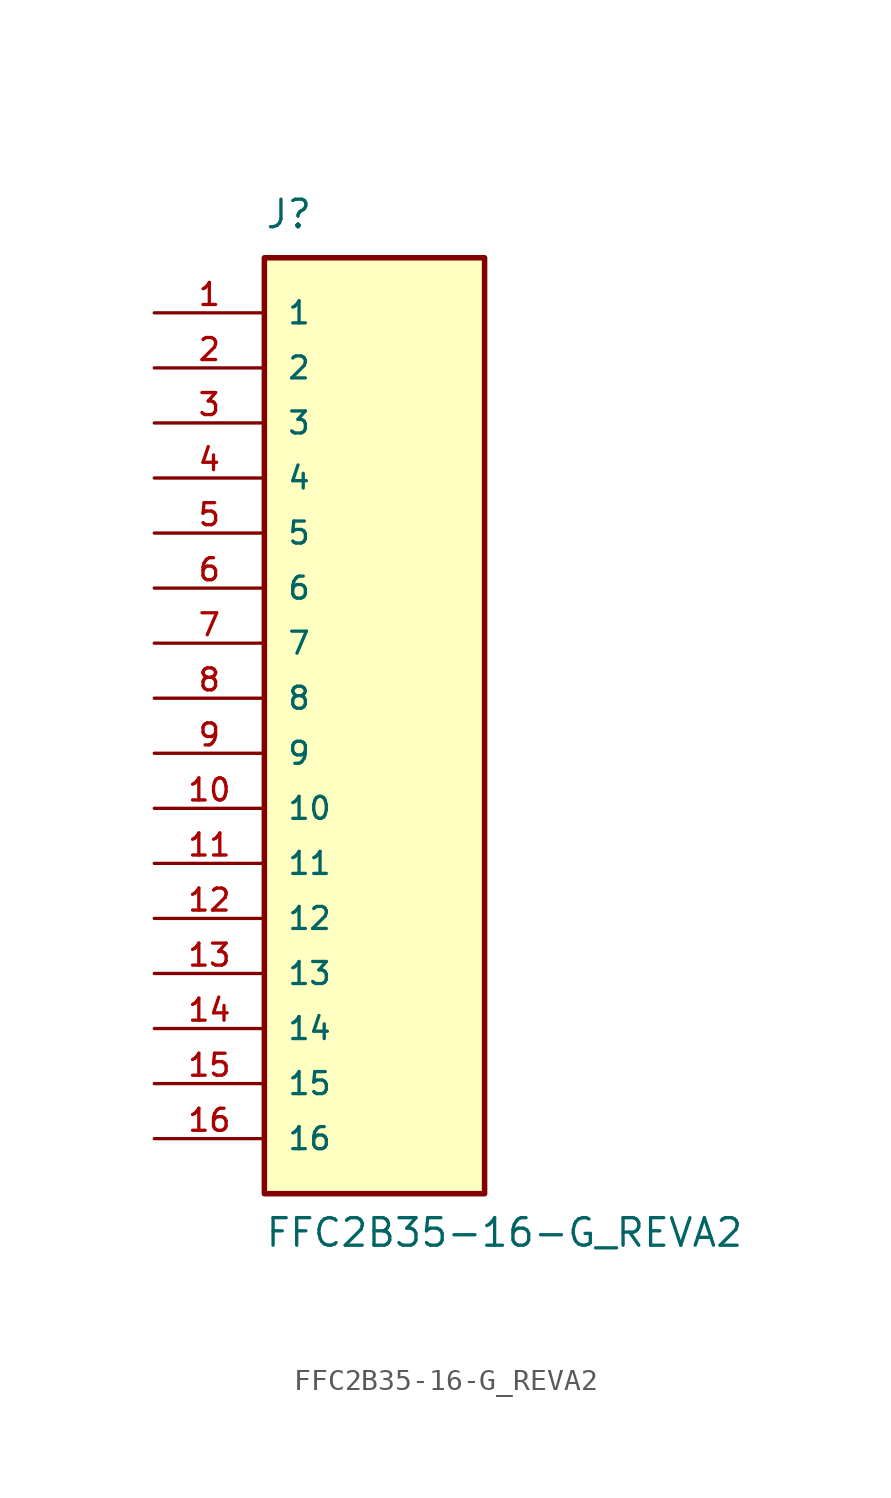
<source format=kicad_sym>
(kicad_symbol_lib
  (version 20211014)
  (generator kicad_symbol_editor)
  (symbol "FFC2B35-16-G_REVA2"
    (pin_names
      (offset 1.016))
    (property "Reference" "J"
      (at -5.08 24.13 0)
      (effects (font (size 1.27 1.27)) (justify bottom left)))
    (property "Value" "FFC2B35-16-G_REVA2"
      (at -5.08 -22.86 0)
      (effects (font (size 1.27 1.27)) (justify bottom left)))
    (symbol "FFC2B35-16-G_REVA2_0_0"
      (rectangle (start -5.08 -20.32) (end 5.08 22.86) (stroke (width 0.254)) (fill (type background)))
      (pin passive line (at -10.16 20.32 0) (length 5.08) (name "1" (effects (font (size 1.016 1.016)))) (number "1" (effects (font (size 1.016 1.016)))))
      (pin passive line (at -10.16 17.78 0) (length 5.08) (name "2" (effects (font (size 1.016 1.016)))) (number "2" (effects (font (size 1.016 1.016)))))
      (pin passive line (at -10.16 15.24 0) (length 5.08) (name "3" (effects (font (size 1.016 1.016)))) (number "3" (effects (font (size 1.016 1.016)))))
      (pin passive line (at -10.16 12.7 0) (length 5.08) (name "4" (effects (font (size 1.016 1.016)))) (number "4" (effects (font (size 1.016 1.016)))))
      (pin passive line (at -10.16 10.16 0) (length 5.08) (name "5" (effects (font (size 1.016 1.016)))) (number "5" (effects (font (size 1.016 1.016)))))
      (pin passive line (at -10.16 7.62 0) (length 5.08) (name "6" (effects (font (size 1.016 1.016)))) (number "6" (effects (font (size 1.016 1.016)))))
      (pin passive line (at -10.16 5.08 0) (length 5.08) (name "7" (effects (font (size 1.016 1.016)))) (number "7" (effects (font (size 1.016 1.016)))))
      (pin passive line (at -10.16 2.54 0) (length 5.08) (name "8" (effects (font (size 1.016 1.016)))) (number "8" (effects (font (size 1.016 1.016)))))
      (pin passive line (at -10.16 0.0 0) (length 5.08) (name "9" (effects (font (size 1.016 1.016)))) (number "9" (effects (font (size 1.016 1.016)))))
      (pin passive line (at -10.16 -2.54 0) (length 5.08) (name "10" (effects (font (size 1.016 1.016)))) (number "10" (effects (font (size 1.016 1.016)))))
      (pin passive line (at -10.16 -5.08 0) (length 5.08) (name "11" (effects (font (size 1.016 1.016)))) (number "11" (effects (font (size 1.016 1.016)))))
      (pin passive line (at -10.16 -7.62 0) (length 5.08) (name "12" (effects (font (size 1.016 1.016)))) (number "12" (effects (font (size 1.016 1.016)))))
      (pin passive line (at -10.16 -10.16 0) (length 5.08) (name "13" (effects (font (size 1.016 1.016)))) (number "13" (effects (font (size 1.016 1.016)))))
      (pin passive line (at -10.16 -12.7 0) (length 5.08) (name "14" (effects (font (size 1.016 1.016)))) (number "14" (effects (font (size 1.016 1.016)))))
      (pin passive line (at -10.16 -15.24 0) (length 5.08) (name "15" (effects (font (size 1.016 1.016)))) (number "15" (effects (font (size 1.016 1.016)))))
      (pin passive line (at -10.16 -17.78 0) (length 5.08) (name "16" (effects (font (size 1.016 1.016)))) (number "16" (effects (font (size 1.016 1.016))))))))
</source>
